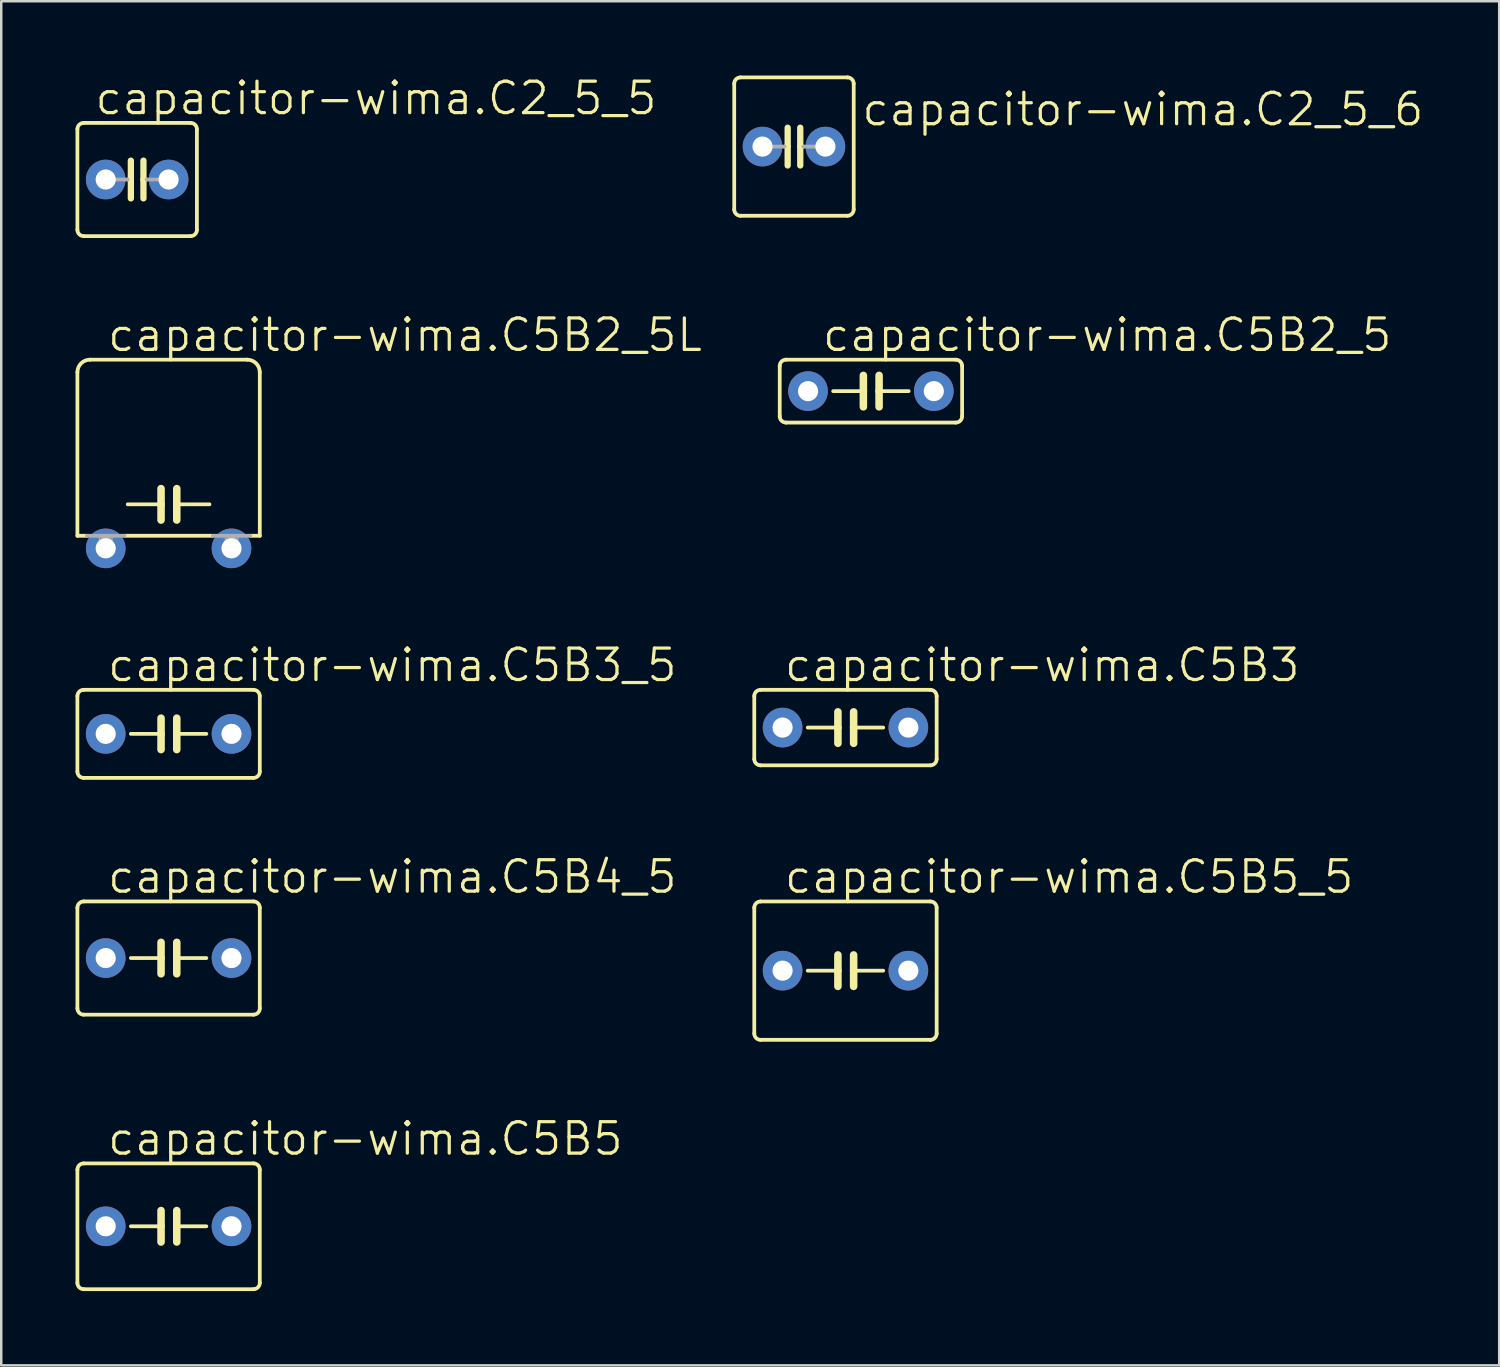
<source format=kicad_pcb>
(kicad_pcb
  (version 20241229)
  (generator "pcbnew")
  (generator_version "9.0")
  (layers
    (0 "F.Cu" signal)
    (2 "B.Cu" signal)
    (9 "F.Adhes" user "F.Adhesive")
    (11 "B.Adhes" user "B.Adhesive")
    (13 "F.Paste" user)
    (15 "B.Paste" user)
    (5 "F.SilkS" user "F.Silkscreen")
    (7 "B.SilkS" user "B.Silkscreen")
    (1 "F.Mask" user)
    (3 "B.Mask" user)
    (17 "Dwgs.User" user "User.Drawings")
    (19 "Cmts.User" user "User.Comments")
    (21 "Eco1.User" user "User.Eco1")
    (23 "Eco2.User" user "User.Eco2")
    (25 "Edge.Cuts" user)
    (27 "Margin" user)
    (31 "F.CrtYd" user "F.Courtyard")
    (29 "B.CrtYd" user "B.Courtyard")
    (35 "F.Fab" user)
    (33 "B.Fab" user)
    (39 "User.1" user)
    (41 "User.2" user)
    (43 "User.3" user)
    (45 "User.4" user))
  (footprint "capacitor-wima.C5B4_5"
    (layer "F.Cu")
    (at 3.759 35.642)
    (property "Reference" "capacitor-wima.C5B4_5" (at -2.54 -2.54 0) (layer "F.SilkS") (effects (font (size 1.27 1.27) (thickness 0.13)) (justify left bottom)))
    (attr through_hole)
    (fp_line (start -3.683 -2.032) (end -3.683 2.032) (stroke (width 0.152) (type default)) (layer "F.SilkS"))
    (fp_line (start -3.429 2.286) (end 3.429 2.286) (stroke (width 0.152) (type default)) (layer "F.SilkS"))
    (fp_line (start -0.305 -0.635) (end -0.305 0) (stroke (width 0.305) (type default)) (layer "F.SilkS"))
    (fp_line (start -0.305 0) (end -1.524 0) (stroke (width 0.152) (type default)) (layer "F.SilkS"))
    (fp_line (start -0.305 0) (end -0.305 0.635) (stroke (width 0.305) (type default)) (layer "F.SilkS"))
    (fp_line (start 0.33 -0.635) (end 0.33 0) (stroke (width 0.305) (type default)) (layer "F.SilkS"))
    (fp_line (start 0.33 0) (end 0.33 0.635) (stroke (width 0.305) (type default)) (layer "F.SilkS"))
    (fp_line (start 0.33 0) (end 1.524 0) (stroke (width 0.152) (type default)) (layer "F.SilkS"))
    (fp_line (start 3.429 -2.286) (end -3.429 -2.286) (stroke (width 0.152) (type default)) (layer "F.SilkS"))
    (fp_line (start 3.683 2.032) (end 3.683 -2.032) (stroke (width 0.152) (type default)) (layer "F.SilkS"))
    (fp_arc (start -3.683 -2.032) (mid -3.608605 -2.211605) (end -3.429 -2.286) (stroke (width 0.1524) (type default)) (layer "F.SilkS"))
    (fp_arc (start -3.429 2.286) (mid -3.608605 2.211605) (end -3.683 2.032) (stroke (width 0.1524) (type default)) (layer "F.SilkS"))
    (fp_arc (start 3.429 -2.286) (mid 3.608605 -2.211605) (end 3.683 -2.032) (stroke (width 0.1524) (type default)) (layer "F.SilkS"))
    (fp_arc (start 3.683 2.032) (mid 3.608605 2.211605) (end 3.429 2.286) (stroke (width 0.1524) (type default)) (layer "F.SilkS"))
    (pad "1" thru_hole circle (at -2.54 0) (size 1.6 1.6) (drill 0.813) (layers "*.Cu" "*.Mask"))
    (pad "2" thru_hole circle (at 2.54 0) (size 1.6 1.6) (drill 0.813) (layers "*.Cu" "*.Mask")))
  (footprint "capacitor-wima.C5B2_5"
    (layer "F.Cu")
    (at 32.123 12.746)
    (property "Reference" "capacitor-wima.C5B2_5" (at -2.032 -1.524 0) (layer "F.SilkS") (effects (font (size 1.27 1.27) (thickness 0.13)) (justify left bottom)))
    (attr through_hole)
    (fp_line (start -3.683 -1.016) (end -3.683 1.016) (stroke (width 0.152) (type default)) (layer "F.SilkS"))
    (fp_line (start -3.429 1.27) (end 3.429 1.27) (stroke (width 0.152) (type default)) (layer "F.SilkS"))
    (fp_line (start -0.305 -0.635) (end -0.305 0) (stroke (width 0.305) (type default)) (layer "F.SilkS"))
    (fp_line (start -0.305 0) (end -1.524 0) (stroke (width 0.152) (type default)) (layer "F.SilkS"))
    (fp_line (start -0.305 0) (end -0.305 0.635) (stroke (width 0.305) (type default)) (layer "F.SilkS"))
    (fp_line (start 0.33 -0.635) (end 0.33 0) (stroke (width 0.305) (type default)) (layer "F.SilkS"))
    (fp_line (start 0.33 0) (end 0.33 0.635) (stroke (width 0.305) (type default)) (layer "F.SilkS"))
    (fp_line (start 0.33 0) (end 1.524 0) (stroke (width 0.152) (type default)) (layer "F.SilkS"))
    (fp_line (start 3.429 -1.27) (end -3.429 -1.27) (stroke (width 0.152) (type default)) (layer "F.SilkS"))
    (fp_line (start 3.683 1.016) (end 3.683 -1.016) (stroke (width 0.152) (type default)) (layer "F.SilkS"))
    (fp_arc (start -3.683 -1.016) (mid -3.608605 -1.195605) (end -3.429 -1.27) (stroke (width 0.1524) (type default)) (layer "F.SilkS"))
    (fp_arc (start -3.429 1.27) (mid -3.608605 1.195605) (end -3.683 1.016) (stroke (width 0.1524) (type default)) (layer "F.SilkS"))
    (fp_arc (start 3.429 -1.27) (mid 3.608605 -1.195605) (end 3.683 -1.016) (stroke (width 0.1524) (type default)) (layer "F.SilkS"))
    (fp_arc (start 3.683 1.016) (mid 3.608605 1.195605) (end 3.429 1.27) (stroke (width 0.1524) (type default)) (layer "F.SilkS"))
    (pad "1" thru_hole circle (at -2.54 0) (size 1.6 1.6) (drill 0.813) (layers "*.Cu" "*.Mask"))
    (pad "2" thru_hole circle (at 2.54 0) (size 1.6 1.6) (drill 0.813) (layers "*.Cu" "*.Mask")))
  (footprint "capacitor-wima.C2_5_5"
    (layer "F.Cu")
    (at 2.489 4.2)
    (property "Reference" "capacitor-wima.C2_5_5" (at -1.778 -2.54 0) (layer "F.SilkS") (effects (font (size 1.27 1.27) (thickness 0.13)) (justify left bottom)))
    (attr through_hole)
    (fp_line (start -2.413 -2.032) (end -2.413 2.032) (stroke (width 0.152) (type default)) (layer "F.SilkS"))
    (fp_line (start -2.159 -2.286) (end 2.159 -2.286) (stroke (width 0.152) (type default)) (layer "F.SilkS"))
    (fp_line (start -0.254 -0.762) (end -0.254 0) (stroke (width 0.254) (type default)) (layer "F.SilkS"))
    (fp_line (start -0.254 0) (end -0.381 0) (stroke (width 0.152) (type default)) (layer "F.SilkS"))
    (fp_line (start -0.254 0) (end -0.254 0.762) (stroke (width 0.254) (type default)) (layer "F.SilkS"))
    (fp_line (start 0.254 0) (end 0.254 -0.762) (stroke (width 0.254) (type default)) (layer "F.SilkS"))
    (fp_line (start 0.254 0) (end 0.254 0.762) (stroke (width 0.254) (type default)) (layer "F.SilkS"))
    (fp_line (start 0.381 0) (end 0.254 0) (stroke (width 0.152) (type default)) (layer "F.SilkS"))
    (fp_line (start 2.159 2.286) (end -2.159 2.286) (stroke (width 0.152) (type default)) (layer "F.SilkS"))
    (fp_line (start 2.413 -2.032) (end 2.413 2.032) (stroke (width 0.152) (type default)) (layer "F.SilkS"))
    (fp_arc (start -2.413 -2.032) (mid -2.338605 -2.211605) (end -2.159 -2.286) (stroke (width 0.1524) (type default)) (layer "F.SilkS"))
    (fp_arc (start -2.159 2.286) (mid -2.338605 2.211605) (end -2.413 2.032) (stroke (width 0.1524) (type default)) (layer "F.SilkS"))
    (fp_arc (start 2.159 -2.286) (mid 2.338605 -2.211605) (end 2.413 -2.032) (stroke (width 0.1524) (type default)) (layer "F.SilkS"))
    (fp_arc (start 2.413 2.032) (mid 2.338605 2.211605) (end 2.159 2.286) (stroke (width 0.1524) (type default)) (layer "F.SilkS"))
    (fp_line (start -0.381 0) (end -1.27 0) (stroke (width 0.152) (type default)) (layer "F.Fab"))
    (fp_line (start 1.27 0) (end 0.381 0) (stroke (width 0.152) (type default)) (layer "F.Fab"))
    (pad "1" thru_hole circle (at -1.27 0) (size 1.6 1.6) (drill 0.813) (layers "*.Cu" "*.Mask"))
    (pad "2" thru_hole circle (at 1.27 0) (size 1.6 1.6) (drill 0.813) (layers "*.Cu" "*.Mask")))
  (footprint "capacitor-wima.C5B3_5"
    (layer "F.Cu")
    (at 3.759 26.588)
    (property "Reference" "capacitor-wima.C5B3_5" (at -2.54 -2.032 0) (layer "F.SilkS") (effects (font (size 1.27 1.27) (thickness 0.13)) (justify left bottom)))
    (attr through_hole)
    (fp_line (start -3.683 -1.524) (end -3.683 1.524) (stroke (width 0.152) (type default)) (layer "F.SilkS"))
    (fp_line (start -3.429 1.778) (end 3.429 1.778) (stroke (width 0.152) (type default)) (layer "F.SilkS"))
    (fp_line (start -0.305 -0.635) (end -0.305 0) (stroke (width 0.305) (type default)) (layer "F.SilkS"))
    (fp_line (start -0.305 0) (end -1.524 0) (stroke (width 0.152) (type default)) (layer "F.SilkS"))
    (fp_line (start -0.305 0) (end -0.305 0.635) (stroke (width 0.305) (type default)) (layer "F.SilkS"))
    (fp_line (start 0.33 -0.635) (end 0.33 0) (stroke (width 0.305) (type default)) (layer "F.SilkS"))
    (fp_line (start 0.33 0) (end 0.33 0.635) (stroke (width 0.305) (type default)) (layer "F.SilkS"))
    (fp_line (start 0.33 0) (end 1.524 0) (stroke (width 0.152) (type default)) (layer "F.SilkS"))
    (fp_line (start 3.429 -1.778) (end -3.429 -1.778) (stroke (width 0.152) (type default)) (layer "F.SilkS"))
    (fp_line (start 3.683 1.524) (end 3.683 -1.524) (stroke (width 0.152) (type default)) (layer "F.SilkS"))
    (fp_arc (start -3.683 -1.524) (mid -3.608605 -1.703605) (end -3.429 -1.778) (stroke (width 0.1524) (type default)) (layer "F.SilkS"))
    (fp_arc (start -3.429 1.778) (mid -3.608605 1.703605) (end -3.683 1.524) (stroke (width 0.1524) (type default)) (layer "F.SilkS"))
    (fp_arc (start 3.429 -1.778) (mid 3.608605 -1.703605) (end 3.683 -1.524) (stroke (width 0.1524) (type default)) (layer "F.SilkS"))
    (fp_arc (start 3.683 1.524) (mid 3.608605 1.703605) (end 3.429 1.778) (stroke (width 0.1524) (type default)) (layer "F.SilkS"))
    (pad "1" thru_hole circle (at -2.54 0) (size 1.6 1.6) (drill 0.813) (layers "*.Cu" "*.Mask"))
    (pad "2" thru_hole circle (at 2.54 0) (size 1.6 1.6) (drill 0.813) (layers "*.Cu" "*.Mask")))
  (footprint "capacitor-wima.C5B5"
    (layer "F.Cu")
    (at 3.759 46.475)
    (property "Reference" "capacitor-wima.C5B5" (at -2.54 -2.794 0) (layer "F.SilkS") (effects (font (size 1.27 1.27) (thickness 0.13)) (justify left bottom)))
    (attr through_hole)
    (fp_line (start -3.683 -2.286) (end -3.683 2.286) (stroke (width 0.152) (type default)) (layer "F.SilkS"))
    (fp_line (start -3.429 2.54) (end 3.429 2.54) (stroke (width 0.152) (type default)) (layer "F.SilkS"))
    (fp_line (start -0.305 -0.635) (end -0.305 0) (stroke (width 0.305) (type default)) (layer "F.SilkS"))
    (fp_line (start -0.305 0) (end -1.524 0) (stroke (width 0.152) (type default)) (layer "F.SilkS"))
    (fp_line (start -0.305 0) (end -0.305 0.635) (stroke (width 0.305) (type default)) (layer "F.SilkS"))
    (fp_line (start 0.33 -0.635) (end 0.33 0) (stroke (width 0.305) (type default)) (layer "F.SilkS"))
    (fp_line (start 0.33 0) (end 0.33 0.635) (stroke (width 0.305) (type default)) (layer "F.SilkS"))
    (fp_line (start 0.33 0) (end 1.524 0) (stroke (width 0.152) (type default)) (layer "F.SilkS"))
    (fp_line (start 3.429 -2.54) (end -3.429 -2.54) (stroke (width 0.152) (type default)) (layer "F.SilkS"))
    (fp_line (start 3.683 2.286) (end 3.683 -2.286) (stroke (width 0.152) (type default)) (layer "F.SilkS"))
    (fp_arc (start -3.683 -2.286) (mid -3.608605 -2.465605) (end -3.429 -2.54) (stroke (width 0.1524) (type default)) (layer "F.SilkS"))
    (fp_arc (start -3.429 2.54) (mid -3.608605 2.465605) (end -3.683 2.286) (stroke (width 0.1524) (type default)) (layer "F.SilkS"))
    (fp_arc (start 3.429 -2.54) (mid 3.608605 -2.465605) (end 3.683 -2.286) (stroke (width 0.1524) (type default)) (layer "F.SilkS"))
    (fp_arc (start 3.683 2.286) (mid 3.608605 2.465605) (end 3.429 2.54) (stroke (width 0.1524) (type default)) (layer "F.SilkS"))
    (pad "1" thru_hole circle (at -2.54 0) (size 1.6 1.6) (drill 0.813) (layers "*.Cu" "*.Mask"))
    (pad "2" thru_hole circle (at 2.54 0) (size 1.6 1.6) (drill 0.813) (layers "*.Cu" "*.Mask")))
  (footprint "capacitor-wima.C2_5_6"
    (layer "F.Cu")
    (at 29.015 2.87)
    (property "Reference" "capacitor-wima.C2_5_6" (at 2.667 -0.762 0) (layer "F.SilkS") (effects (font (size 1.27 1.27) (thickness 0.13)) (justify left bottom)))
    (attr through_hole)
    (fp_line (start -2.413 -2.54) (end -2.413 2.54) (stroke (width 0.152) (type default)) (layer "F.SilkS"))
    (fp_line (start -2.159 -2.794) (end 2.159 -2.794) (stroke (width 0.152) (type default)) (layer "F.SilkS"))
    (fp_line (start -0.254 -0.762) (end -0.254 0) (stroke (width 0.254) (type default)) (layer "F.SilkS"))
    (fp_line (start -0.254 0) (end -0.381 0) (stroke (width 0.152) (type default)) (layer "F.SilkS"))
    (fp_line (start -0.254 0) (end -0.254 0.762) (stroke (width 0.254) (type default)) (layer "F.SilkS"))
    (fp_line (start 0.254 0) (end 0.254 -0.762) (stroke (width 0.254) (type default)) (layer "F.SilkS"))
    (fp_line (start 0.254 0) (end 0.254 0.762) (stroke (width 0.254) (type default)) (layer "F.SilkS"))
    (fp_line (start 0.381 0) (end 0.254 0) (stroke (width 0.152) (type default)) (layer "F.SilkS"))
    (fp_line (start 2.159 2.794) (end -2.159 2.794) (stroke (width 0.152) (type default)) (layer "F.SilkS"))
    (fp_line (start 2.413 -2.54) (end 2.413 2.54) (stroke (width 0.152) (type default)) (layer "F.SilkS"))
    (fp_arc (start -2.413 -2.54) (mid -2.338605 -2.719605) (end -2.159 -2.794) (stroke (width 0.1524) (type default)) (layer "F.SilkS"))
    (fp_arc (start -2.159 2.794) (mid -2.338605 2.719605) (end -2.413 2.54) (stroke (width 0.1524) (type default)) (layer "F.SilkS"))
    (fp_arc (start 2.159 -2.794) (mid 2.338605 -2.719605) (end 2.413 -2.54) (stroke (width 0.1524) (type default)) (layer "F.SilkS"))
    (fp_arc (start 2.413 2.54) (mid 2.338605 2.719605) (end 2.159 2.794) (stroke (width 0.1524) (type default)) (layer "F.SilkS"))
    (fp_line (start -0.381 0) (end -1.27 0) (stroke (width 0.152) (type default)) (layer "F.Fab"))
    (fp_line (start 1.27 0) (end 0.381 0) (stroke (width 0.152) (type default)) (layer "F.Fab"))
    (pad "1" thru_hole circle (at -1.27 0) (size 1.6 1.6) (drill 0.813) (layers "*.Cu" "*.Mask"))
    (pad "2" thru_hole circle (at 1.27 0) (size 1.6 1.6) (drill 0.813) (layers "*.Cu" "*.Mask")))
  (footprint "capacitor-wima.C5B2_5L"
    (layer "F.Cu")
    (at 3.759 19.096)
    (property "Reference" "capacitor-wima.C5B2_5L" (at -2.54 -7.874 0) (layer "F.SilkS") (effects (font (size 1.27 1.27) (thickness 0.13)) (justify left bottom)))
    (attr through_hole)
    (fp_line (start -3.683 -7.112) (end -3.683 -0.508) (stroke (width 0.152) (type default)) (layer "F.SilkS"))
    (fp_line (start -3.683 -0.508) (end -3.302 -0.508) (stroke (width 0.152) (type default)) (layer "F.SilkS"))
    (fp_line (start -1.778 -0.508) (end 1.778 -0.508) (stroke (width 0.152) (type default)) (layer "F.SilkS"))
    (fp_line (start -0.305 -2.413) (end -0.305 -1.778) (stroke (width 0.305) (type default)) (layer "F.SilkS"))
    (fp_line (start -0.305 -1.778) (end -1.651 -1.778) (stroke (width 0.152) (type default)) (layer "F.SilkS"))
    (fp_line (start -0.305 -1.778) (end -0.305 -1.143) (stroke (width 0.305) (type default)) (layer "F.SilkS"))
    (fp_line (start 0.33 -2.413) (end 0.33 -1.778) (stroke (width 0.305) (type default)) (layer "F.SilkS"))
    (fp_line (start 0.33 -1.778) (end 0.33 -1.143) (stroke (width 0.305) (type default)) (layer "F.SilkS"))
    (fp_line (start 0.33 -1.778) (end 1.651 -1.778) (stroke (width 0.152) (type default)) (layer "F.SilkS"))
    (fp_line (start 3.175 -7.62) (end -3.175 -7.62) (stroke (width 0.152) (type default)) (layer "F.SilkS"))
    (fp_line (start 3.302 -0.508) (end 3.683 -0.508) (stroke (width 0.152) (type default)) (layer "F.SilkS"))
    (fp_line (start 3.683 -0.508) (end 3.683 -7.112) (stroke (width 0.152) (type default)) (layer "F.SilkS"))
    (fp_arc (start -3.683 -7.112) (mid -3.53421 -7.47121) (end -3.175 -7.62) (stroke (width 0.1524) (type default)) (layer "F.SilkS"))
    (fp_arc (start 3.175 -7.62) (mid 3.53421 -7.47121) (end 3.683 -7.112) (stroke (width 0.1524) (type default)) (layer "F.SilkS"))
    (fp_line (start -3.302 -0.508) (end -1.778 -0.508) (stroke (width 0.152) (type default)) (layer "F.Fab"))
    (fp_line (start -2.54 0) (end -2.54 -0.254) (stroke (width 0.508) (type default)) (layer "F.Fab"))
    (fp_line (start 1.778 -0.508) (end 3.302 -0.508) (stroke (width 0.152) (type default)) (layer "F.Fab"))
    (fp_line (start 2.54 0) (end 2.54 -0.254) (stroke (width 0.508) (type default)) (layer "F.Fab"))
    (fp_rect (start -2.794 -0.127) (end -2.286 -0.508) (stroke (width 0.05) (type default)) (fill no) (layer "F.Fab"))
    (fp_rect (start 2.286 -0.127) (end 2.794 -0.508) (stroke (width 0.05) (type default)) (fill no) (layer "F.Fab"))
    (pad "1" thru_hole circle (at -2.54 0) (size 1.6 1.6) (drill 0.813) (layers "*.Cu" "*.Mask"))
    (pad "2" thru_hole circle (at 2.54 0) (size 1.6 1.6) (drill 0.813) (layers "*.Cu" "*.Mask")))
  (footprint "capacitor-wima.C5B5_5"
    (layer "F.Cu")
    (at 31.095 36.151)
    (property "Reference" "capacitor-wima.C5B5_5" (at -2.54 -3.048 0) (layer "F.SilkS") (effects (font (size 1.27 1.27) (thickness 0.13)) (justify left bottom)))
    (attr through_hole)
    (fp_line (start -3.683 -2.54) (end -3.683 2.54) (stroke (width 0.152) (type default)) (layer "F.SilkS"))
    (fp_line (start -3.429 2.794) (end 3.429 2.794) (stroke (width 0.152) (type default)) (layer "F.SilkS"))
    (fp_line (start -0.305 -0.635) (end -0.305 0) (stroke (width 0.305) (type default)) (layer "F.SilkS"))
    (fp_line (start -0.305 0) (end -1.524 0) (stroke (width 0.152) (type default)) (layer "F.SilkS"))
    (fp_line (start -0.305 0) (end -0.305 0.635) (stroke (width 0.305) (type default)) (layer "F.SilkS"))
    (fp_line (start 0.33 -0.635) (end 0.33 0) (stroke (width 0.305) (type default)) (layer "F.SilkS"))
    (fp_line (start 0.33 0) (end 0.33 0.635) (stroke (width 0.305) (type default)) (layer "F.SilkS"))
    (fp_line (start 0.33 0) (end 1.524 0) (stroke (width 0.152) (type default)) (layer "F.SilkS"))
    (fp_line (start 3.429 -2.794) (end -3.429 -2.794) (stroke (width 0.152) (type default)) (layer "F.SilkS"))
    (fp_line (start 3.683 2.54) (end 3.683 -2.54) (stroke (width 0.152) (type default)) (layer "F.SilkS"))
    (fp_arc (start -3.683 -2.54) (mid -3.608605 -2.719605) (end -3.429 -2.794) (stroke (width 0.1524) (type default)) (layer "F.SilkS"))
    (fp_arc (start -3.429 2.794) (mid -3.608605 2.719605) (end -3.683 2.54) (stroke (width 0.1524) (type default)) (layer "F.SilkS"))
    (fp_arc (start 3.429 -2.794) (mid 3.608605 -2.719605) (end 3.683 -2.54) (stroke (width 0.1524) (type default)) (layer "F.SilkS"))
    (fp_arc (start 3.683 2.54) (mid 3.608605 2.719605) (end 3.429 2.794) (stroke (width 0.1524) (type default)) (layer "F.SilkS"))
    (pad "1" thru_hole circle (at -2.54 0) (size 1.6 1.6) (drill 0.813) (layers "*.Cu" "*.Mask"))
    (pad "2" thru_hole circle (at 2.54 0) (size 1.6 1.6) (drill 0.813) (layers "*.Cu" "*.Mask")))
  (footprint "capacitor-wima.C5B3"
    (layer "F.Cu")
    (at 31.095 26.334)
    (property "Reference" "capacitor-wima.C5B3" (at -2.54 -1.778 0) (layer "F.SilkS") (effects (font (size 1.27 1.27) (thickness 0.13)) (justify left bottom)))
    (attr through_hole)
    (fp_line (start -3.683 -1.27) (end -3.683 1.27) (stroke (width 0.152) (type default)) (layer "F.SilkS"))
    (fp_line (start -3.429 1.524) (end 3.429 1.524) (stroke (width 0.152) (type default)) (layer "F.SilkS"))
    (fp_line (start -0.305 -0.635) (end -0.305 0) (stroke (width 0.305) (type default)) (layer "F.SilkS"))
    (fp_line (start -0.305 0) (end -1.524 0) (stroke (width 0.152) (type default)) (layer "F.SilkS"))
    (fp_line (start -0.305 0) (end -0.305 0.635) (stroke (width 0.305) (type default)) (layer "F.SilkS"))
    (fp_line (start 0.33 -0.635) (end 0.33 0) (stroke (width 0.305) (type default)) (layer "F.SilkS"))
    (fp_line (start 0.33 0) (end 0.33 0.635) (stroke (width 0.305) (type default)) (layer "F.SilkS"))
    (fp_line (start 0.33 0) (end 1.524 0) (stroke (width 0.152) (type default)) (layer "F.SilkS"))
    (fp_line (start 3.429 -1.524) (end -3.429 -1.524) (stroke (width 0.152) (type default)) (layer "F.SilkS"))
    (fp_line (start 3.683 1.27) (end 3.683 -1.27) (stroke (width 0.152) (type default)) (layer "F.SilkS"))
    (fp_arc (start -3.683 -1.27) (mid -3.608605 -1.449605) (end -3.429 -1.524) (stroke (width 0.1524) (type default)) (layer "F.SilkS"))
    (fp_arc (start -3.429 1.524) (mid -3.608605 1.449605) (end -3.683 1.27) (stroke (width 0.1524) (type default)) (layer "F.SilkS"))
    (fp_arc (start 3.429 -1.524) (mid 3.608605 -1.449605) (end 3.683 -1.27) (stroke (width 0.1524) (type default)) (layer "F.SilkS"))
    (fp_arc (start 3.683 1.27) (mid 3.608605 1.449605) (end 3.429 1.524) (stroke (width 0.1524) (type default)) (layer "F.SilkS"))
    (pad "1" thru_hole circle (at -2.54 0) (size 1.6 1.6) (drill 0.813) (layers "*.Cu" "*.Mask"))
    (pad "2" thru_hole circle (at 2.54 0) (size 1.6 1.6) (drill 0.813) (layers "*.Cu" "*.Mask")))
  (gr_rect
    (start -3 -3)
    (end 57.497 52.091)
    (stroke (width 0.1) (type default))
    (fill no)
    (layer "Edge.Cuts")))
</source>
